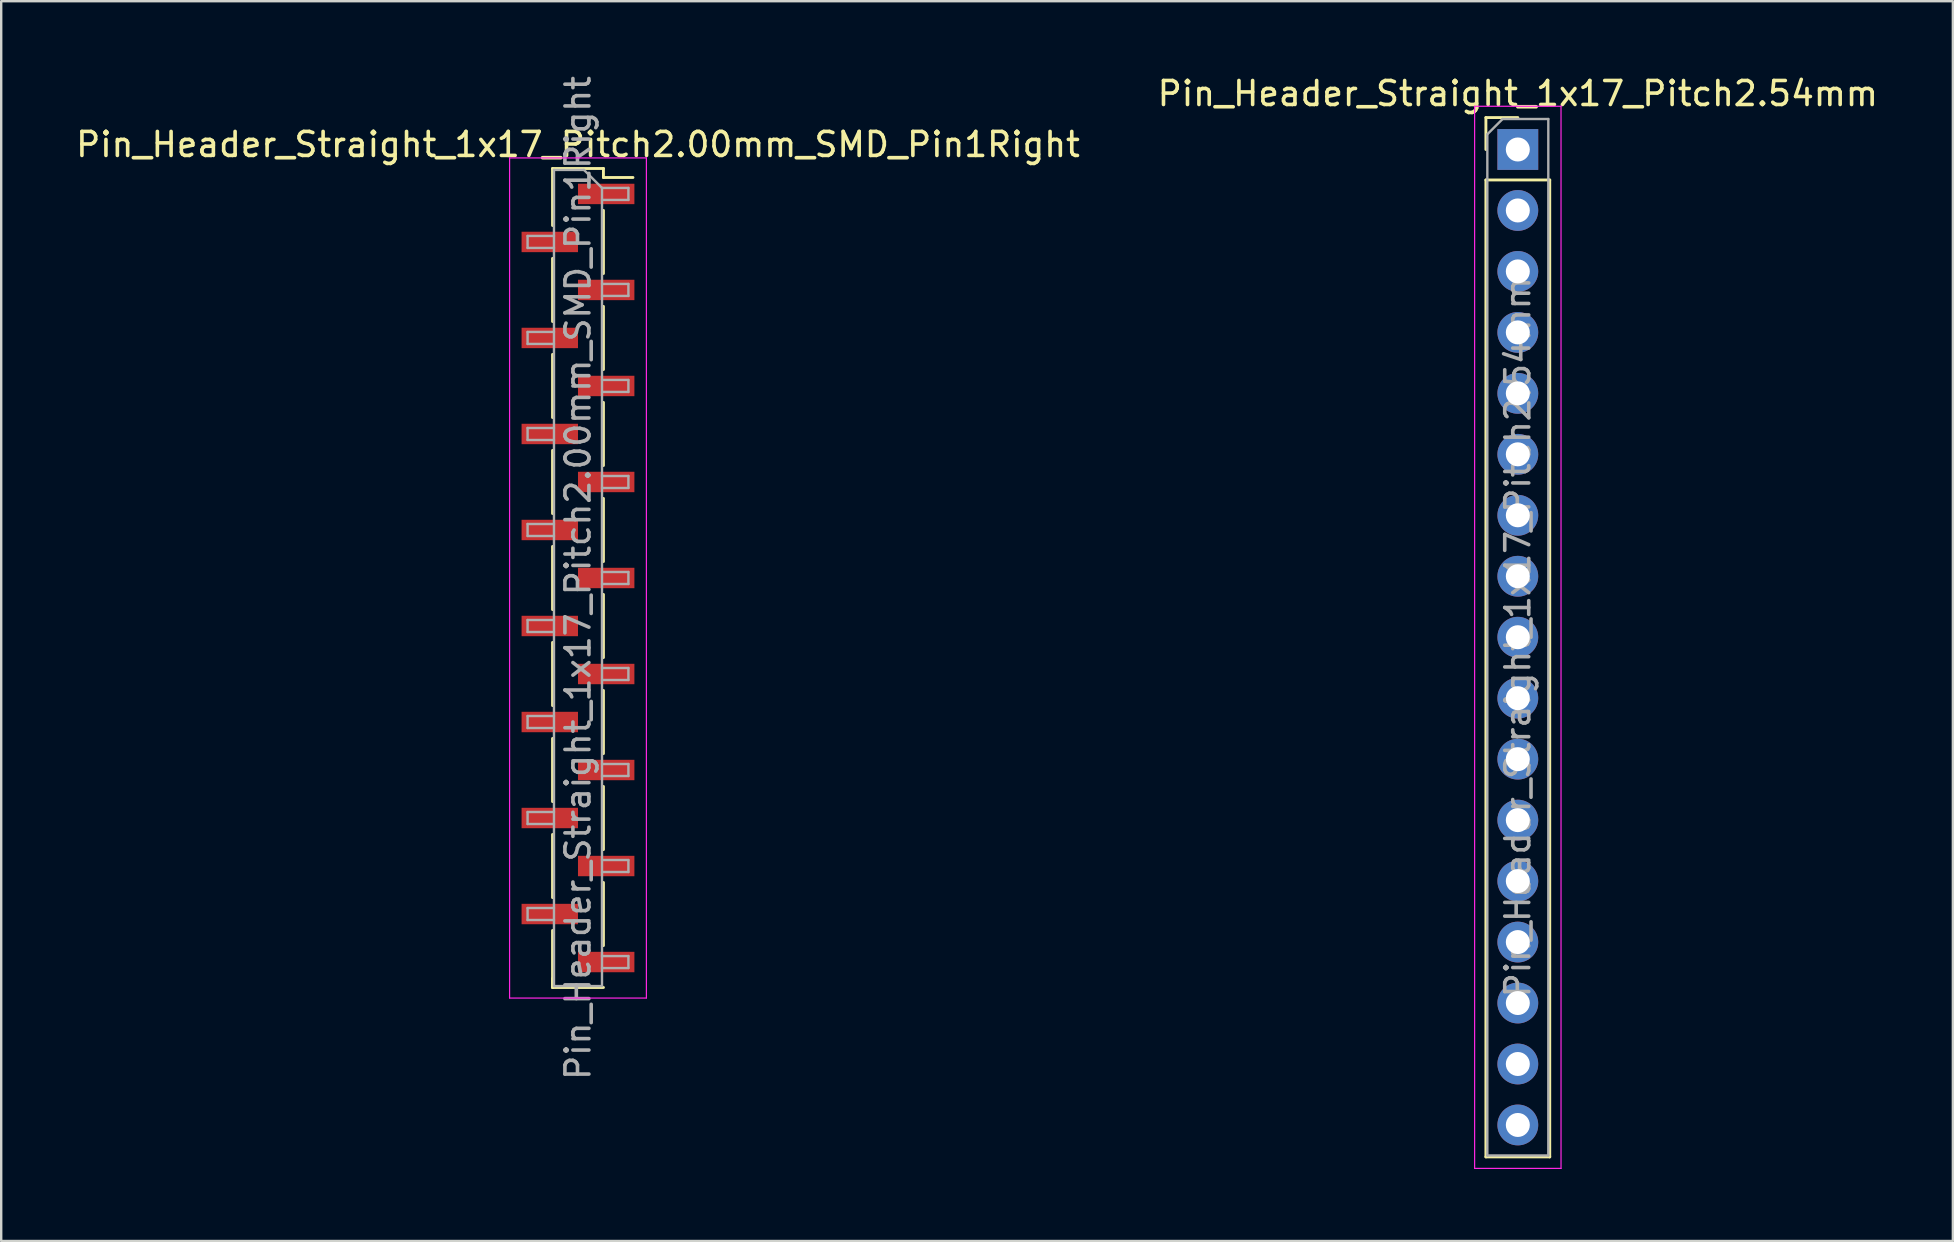
<source format=kicad_pcb>
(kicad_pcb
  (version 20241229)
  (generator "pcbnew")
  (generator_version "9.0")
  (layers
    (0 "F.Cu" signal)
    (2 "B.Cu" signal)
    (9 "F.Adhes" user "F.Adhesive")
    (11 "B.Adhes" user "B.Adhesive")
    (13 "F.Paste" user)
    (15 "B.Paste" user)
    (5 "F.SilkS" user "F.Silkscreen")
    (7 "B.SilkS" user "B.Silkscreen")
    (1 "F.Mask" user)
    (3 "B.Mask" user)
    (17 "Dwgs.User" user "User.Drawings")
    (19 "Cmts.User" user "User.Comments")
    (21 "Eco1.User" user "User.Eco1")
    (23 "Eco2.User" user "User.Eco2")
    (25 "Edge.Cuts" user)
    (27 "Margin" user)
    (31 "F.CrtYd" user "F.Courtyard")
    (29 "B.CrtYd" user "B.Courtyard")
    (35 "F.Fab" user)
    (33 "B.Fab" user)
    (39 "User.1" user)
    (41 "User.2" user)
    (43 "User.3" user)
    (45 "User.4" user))
  (footprint "Pin_Header_Straight_1x17_Pitch2.54mm"
    (layer "F.Cu")
    (at 60.185 3.178)
    (property "Reference" "Pin_Header_Straight_1x17_Pitch2.54mm" (at 0 -2.33 0) (layer "F.SilkS") (effects (font (size 1 1) (thickness 0.15))))
    (attr through_hole)
    (fp_line (start -1.33 -1.33) (end 0 -1.33) (stroke (width 0.12) (type solid)) (layer "F.SilkS"))
    (fp_line (start -1.33 0) (end -1.33 -1.33) (stroke (width 0.12) (type solid)) (layer "F.SilkS"))
    (fp_line (start -1.33 1.27) (end -1.33 41.97) (stroke (width 0.12) (type solid)) (layer "F.SilkS"))
    (fp_line (start -1.33 1.27) (end 1.33 1.27) (stroke (width 0.12) (type solid)) (layer "F.SilkS"))
    (fp_line (start -1.33 41.97) (end 1.33 41.97) (stroke (width 0.12) (type solid)) (layer "F.SilkS"))
    (fp_line (start 1.33 1.27) (end 1.33 41.97) (stroke (width 0.12) (type solid)) (layer "F.SilkS"))
    (fp_line (start -1.8 -1.8) (end -1.8 42.45) (stroke (width 0.05) (type solid)) (layer "F.CrtYd"))
    (fp_line (start -1.8 42.45) (end 1.8 42.45) (stroke (width 0.05) (type solid)) (layer "F.CrtYd"))
    (fp_line (start 1.8 -1.8) (end -1.8 -1.8) (stroke (width 0.05) (type solid)) (layer "F.CrtYd"))
    (fp_line (start 1.8 42.45) (end 1.8 -1.8) (stroke (width 0.05) (type solid)) (layer "F.CrtYd"))
    (fp_line (start -1.27 -0.635) (end -0.635 -1.27) (stroke (width 0.1) (type solid)) (layer "F.Fab"))
    (fp_line (start -1.27 41.91) (end -1.27 -0.635) (stroke (width 0.1) (type solid)) (layer "F.Fab"))
    (fp_line (start -0.635 -1.27) (end 1.27 -1.27) (stroke (width 0.1) (type solid)) (layer "F.Fab"))
    (fp_line (start 1.27 -1.27) (end 1.27 41.91) (stroke (width 0.1) (type solid)) (layer "F.Fab"))
    (fp_line (start 1.27 41.91) (end -1.27 41.91) (stroke (width 0.1) (type solid)) (layer "F.Fab"))
    (fp_text user "${REFERENCE}" (at 0 20.32 90) (layer "F.Fab") (effects (font (size 1 1) (thickness 0.15))))
    (pad "1" thru_hole rect (at 0 0) (size 1.7 1.7) (drill 1) (layers "*.Cu" "*.Mask"))
    (pad "2" thru_hole oval (at 0 2.54) (size 1.7 1.7) (drill 1) (layers "*.Cu" "*.Mask"))
    (pad "3" thru_hole oval (at 0 5.08) (size 1.7 1.7) (drill 1) (layers "*.Cu" "*.Mask"))
    (pad "4" thru_hole oval (at 0 7.62) (size 1.7 1.7) (drill 1) (layers "*.Cu" "*.Mask"))
    (pad "5" thru_hole oval (at 0 10.16) (size 1.7 1.7) (drill 1) (layers "*.Cu" "*.Mask"))
    (pad "6" thru_hole oval (at 0 12.7) (size 1.7 1.7) (drill 1) (layers "*.Cu" "*.Mask"))
    (pad "7" thru_hole oval (at 0 15.24) (size 1.7 1.7) (drill 1) (layers "*.Cu" "*.Mask"))
    (pad "8" thru_hole oval (at 0 17.78) (size 1.7 1.7) (drill 1) (layers "*.Cu" "*.Mask"))
    (pad "9" thru_hole oval (at 0 20.32) (size 1.7 1.7) (drill 1) (layers "*.Cu" "*.Mask"))
    (pad "10" thru_hole oval (at 0 22.86) (size 1.7 1.7) (drill 1) (layers "*.Cu" "*.Mask"))
    (pad "11" thru_hole oval (at 0 25.4) (size 1.7 1.7) (drill 1) (layers "*.Cu" "*.Mask"))
    (pad "12" thru_hole oval (at 0 27.94) (size 1.7 1.7) (drill 1) (layers "*.Cu" "*.Mask"))
    (pad "13" thru_hole oval (at 0 30.48) (size 1.7 1.7) (drill 1) (layers "*.Cu" "*.Mask"))
    (pad "14" thru_hole oval (at 0 33.02) (size 1.7 1.7) (drill 1) (layers "*.Cu" "*.Mask"))
    (pad "15" thru_hole oval (at 0 35.56) (size 1.7 1.7) (drill 1) (layers "*.Cu" "*.Mask"))
    (pad "16" thru_hole oval (at 0 38.1) (size 1.7 1.7) (drill 1) (layers "*.Cu" "*.Mask"))
    (pad "17" thru_hole oval (at 0 40.64) (size 1.7 1.7) (drill 1) (layers "*.Cu" "*.Mask")))
  (footprint "Pin_Header_Straight_1x17_Pitch2.00mm_SMD_Pin1Right"
    (layer "F.Cu")
    (at 21.03 21.03)
    (property "Reference" "Pin_Header_Straight_1x17_Pitch2.00mm_SMD_Pin1Right" (at 0 -18.06 0) (layer "F.SilkS") (effects (font (size 1 1) (thickness 0.15))))
    (attr smd)
    (fp_line (start -1.06 -17.06) (end -1.06 -14.685) (stroke (width 0.12) (type solid)) (layer "F.SilkS"))
    (fp_line (start -1.06 -17.06) (end 1.06 -17.06) (stroke (width 0.12) (type solid)) (layer "F.SilkS"))
    (fp_line (start -1.06 -13.315) (end -1.06 -10.685) (stroke (width 0.12) (type solid)) (layer "F.SilkS"))
    (fp_line (start -1.06 -9.315) (end -1.06 -6.685) (stroke (width 0.12) (type solid)) (layer "F.SilkS"))
    (fp_line (start -1.06 -5.315) (end -1.06 -2.685) (stroke (width 0.12) (type solid)) (layer "F.SilkS"))
    (fp_line (start -1.06 -1.315) (end -1.06 1.315) (stroke (width 0.12) (type solid)) (layer "F.SilkS"))
    (fp_line (start -1.06 2.685) (end -1.06 5.315) (stroke (width 0.12) (type solid)) (layer "F.SilkS"))
    (fp_line (start -1.06 6.685) (end -1.06 9.315) (stroke (width 0.12) (type solid)) (layer "F.SilkS"))
    (fp_line (start -1.06 10.685) (end -1.06 13.315) (stroke (width 0.12) (type solid)) (layer "F.SilkS"))
    (fp_line (start -1.06 14.685) (end -1.06 17.06) (stroke (width 0.12) (type solid)) (layer "F.SilkS"))
    (fp_line (start -1.06 16.685) (end -1.06 17.06) (stroke (width 0.12) (type solid)) (layer "F.SilkS"))
    (fp_line (start -1.06 17.06) (end 1.06 17.06) (stroke (width 0.12) (type solid)) (layer "F.SilkS"))
    (fp_line (start 1.06 -17.06) (end 1.06 -16.685) (stroke (width 0.12) (type solid)) (layer "F.SilkS"))
    (fp_line (start 1.06 -16.685) (end 2.29 -16.685) (stroke (width 0.12) (type solid)) (layer "F.SilkS"))
    (fp_line (start 1.06 -15.315) (end 1.06 -12.685) (stroke (width 0.12) (type solid)) (layer "F.SilkS"))
    (fp_line (start 1.06 -11.315) (end 1.06 -8.685) (stroke (width 0.12) (type solid)) (layer "F.SilkS"))
    (fp_line (start 1.06 -7.315) (end 1.06 -4.685) (stroke (width 0.12) (type solid)) (layer "F.SilkS"))
    (fp_line (start 1.06 -3.315) (end 1.06 -0.685) (stroke (width 0.12) (type solid)) (layer "F.SilkS"))
    (fp_line (start 1.06 0.685) (end 1.06 3.315) (stroke (width 0.12) (type solid)) (layer "F.SilkS"))
    (fp_line (start 1.06 4.685) (end 1.06 7.315) (stroke (width 0.12) (type solid)) (layer "F.SilkS"))
    (fp_line (start 1.06 8.685) (end 1.06 11.315) (stroke (width 0.12) (type solid)) (layer "F.SilkS"))
    (fp_line (start 1.06 12.685) (end 1.06 15.315) (stroke (width 0.12) (type solid)) (layer "F.SilkS"))
    (fp_line (start -2.85 -17.5) (end -2.85 17.5) (stroke (width 0.05) (type solid)) (layer "F.CrtYd"))
    (fp_line (start -2.85 17.5) (end 2.85 17.5) (stroke (width 0.05) (type solid)) (layer "F.CrtYd"))
    (fp_line (start 2.85 -17.5) (end -2.85 -17.5) (stroke (width 0.05) (type solid)) (layer "F.CrtYd"))
    (fp_line (start 2.85 17.5) (end 2.85 -17.5) (stroke (width 0.05) (type solid)) (layer "F.CrtYd"))
    (fp_line (start -2.1 -14.25) (end -2.1 -13.75) (stroke (width 0.1) (type solid)) (layer "F.Fab"))
    (fp_line (start -2.1 -13.75) (end -1 -13.75) (stroke (width 0.1) (type solid)) (layer "F.Fab"))
    (fp_line (start -2.1 -10.25) (end -2.1 -9.75) (stroke (width 0.1) (type solid)) (layer "F.Fab"))
    (fp_line (start -2.1 -9.75) (end -1 -9.75) (stroke (width 0.1) (type solid)) (layer "F.Fab"))
    (fp_line (start -2.1 -6.25) (end -2.1 -5.75) (stroke (width 0.1) (type solid)) (layer "F.Fab"))
    (fp_line (start -2.1 -5.75) (end -1 -5.75) (stroke (width 0.1) (type solid)) (layer "F.Fab"))
    (fp_line (start -2.1 -2.25) (end -2.1 -1.75) (stroke (width 0.1) (type solid)) (layer "F.Fab"))
    (fp_line (start -2.1 -1.75) (end -1 -1.75) (stroke (width 0.1) (type solid)) (layer "F.Fab"))
    (fp_line (start -2.1 1.75) (end -2.1 2.25) (stroke (width 0.1) (type solid)) (layer "F.Fab"))
    (fp_line (start -2.1 2.25) (end -1 2.25) (stroke (width 0.1) (type solid)) (layer "F.Fab"))
    (fp_line (start -2.1 5.75) (end -2.1 6.25) (stroke (width 0.1) (type solid)) (layer "F.Fab"))
    (fp_line (start -2.1 6.25) (end -1 6.25) (stroke (width 0.1) (type solid)) (layer "F.Fab"))
    (fp_line (start -2.1 9.75) (end -2.1 10.25) (stroke (width 0.1) (type solid)) (layer "F.Fab"))
    (fp_line (start -2.1 10.25) (end -1 10.25) (stroke (width 0.1) (type solid)) (layer "F.Fab"))
    (fp_line (start -2.1 13.75) (end -2.1 14.25) (stroke (width 0.1) (type solid)) (layer "F.Fab"))
    (fp_line (start -2.1 14.25) (end -1 14.25) (stroke (width 0.1) (type solid)) (layer "F.Fab"))
    (fp_line (start -1 -17) (end -1 17) (stroke (width 0.1) (type solid)) (layer "F.Fab"))
    (fp_line (start -1 -17) (end 0.25 -17) (stroke (width 0.1) (type solid)) (layer "F.Fab"))
    (fp_line (start -1 -14.25) (end -2.1 -14.25) (stroke (width 0.1) (type solid)) (layer "F.Fab"))
    (fp_line (start -1 -10.25) (end -2.1 -10.25) (stroke (width 0.1) (type solid)) (layer "F.Fab"))
    (fp_line (start -1 -6.25) (end -2.1 -6.25) (stroke (width 0.1) (type solid)) (layer "F.Fab"))
    (fp_line (start -1 -2.25) (end -2.1 -2.25) (stroke (width 0.1) (type solid)) (layer "F.Fab"))
    (fp_line (start -1 1.75) (end -2.1 1.75) (stroke (width 0.1) (type solid)) (layer "F.Fab"))
    (fp_line (start -1 5.75) (end -2.1 5.75) (stroke (width 0.1) (type solid)) (layer "F.Fab"))
    (fp_line (start -1 9.75) (end -2.1 9.75) (stroke (width 0.1) (type solid)) (layer "F.Fab"))
    (fp_line (start -1 13.75) (end -2.1 13.75) (stroke (width 0.1) (type solid)) (layer "F.Fab"))
    (fp_line (start 1 -16.25) (end 0.25 -17) (stroke (width 0.1) (type solid)) (layer "F.Fab"))
    (fp_line (start 1 -16.25) (end 2.1 -16.25) (stroke (width 0.1) (type solid)) (layer "F.Fab"))
    (fp_line (start 1 -12.25) (end 2.1 -12.25) (stroke (width 0.1) (type solid)) (layer "F.Fab"))
    (fp_line (start 1 -8.25) (end 2.1 -8.25) (stroke (width 0.1) (type solid)) (layer "F.Fab"))
    (fp_line (start 1 -4.25) (end 2.1 -4.25) (stroke (width 0.1) (type solid)) (layer "F.Fab"))
    (fp_line (start 1 -0.25) (end 2.1 -0.25) (stroke (width 0.1) (type solid)) (layer "F.Fab"))
    (fp_line (start 1 3.75) (end 2.1 3.75) (stroke (width 0.1) (type solid)) (layer "F.Fab"))
    (fp_line (start 1 7.75) (end 2.1 7.75) (stroke (width 0.1) (type solid)) (layer "F.Fab"))
    (fp_line (start 1 11.75) (end 2.1 11.75) (stroke (width 0.1) (type solid)) (layer "F.Fab"))
    (fp_line (start 1 15.75) (end 2.1 15.75) (stroke (width 0.1) (type solid)) (layer "F.Fab"))
    (fp_line (start 1 17) (end -1 17) (stroke (width 0.1) (type solid)) (layer "F.Fab"))
    (fp_line (start 1 17) (end 1 -16.25) (stroke (width 0.1) (type solid)) (layer "F.Fab"))
    (fp_line (start 2.1 -16.25) (end 2.1 -15.75) (stroke (width 0.1) (type solid)) (layer "F.Fab"))
    (fp_line (start 2.1 -15.75) (end 1 -15.75) (stroke (width 0.1) (type solid)) (layer "F.Fab"))
    (fp_line (start 2.1 -12.25) (end 2.1 -11.75) (stroke (width 0.1) (type solid)) (layer "F.Fab"))
    (fp_line (start 2.1 -11.75) (end 1 -11.75) (stroke (width 0.1) (type solid)) (layer "F.Fab"))
    (fp_line (start 2.1 -8.25) (end 2.1 -7.75) (stroke (width 0.1) (type solid)) (layer "F.Fab"))
    (fp_line (start 2.1 -7.75) (end 1 -7.75) (stroke (width 0.1) (type solid)) (layer "F.Fab"))
    (fp_line (start 2.1 -4.25) (end 2.1 -3.75) (stroke (width 0.1) (type solid)) (layer "F.Fab"))
    (fp_line (start 2.1 -3.75) (end 1 -3.75) (stroke (width 0.1) (type solid)) (layer "F.Fab"))
    (fp_line (start 2.1 -0.25) (end 2.1 0.25) (stroke (width 0.1) (type solid)) (layer "F.Fab"))
    (fp_line (start 2.1 0.25) (end 1 0.25) (stroke (width 0.1) (type solid)) (layer "F.Fab"))
    (fp_line (start 2.1 3.75) (end 2.1 4.25) (stroke (width 0.1) (type solid)) (layer "F.Fab"))
    (fp_line (start 2.1 4.25) (end 1 4.25) (stroke (width 0.1) (type solid)) (layer "F.Fab"))
    (fp_line (start 2.1 7.75) (end 2.1 8.25) (stroke (width 0.1) (type solid)) (layer "F.Fab"))
    (fp_line (start 2.1 8.25) (end 1 8.25) (stroke (width 0.1) (type solid)) (layer "F.Fab"))
    (fp_line (start 2.1 11.75) (end 2.1 12.25) (stroke (width 0.1) (type solid)) (layer "F.Fab"))
    (fp_line (start 2.1 12.25) (end 1 12.25) (stroke (width 0.1) (type solid)) (layer "F.Fab"))
    (fp_line (start 2.1 15.75) (end 2.1 16.25) (stroke (width 0.1) (type solid)) (layer "F.Fab"))
    (fp_line (start 2.1 16.25) (end 1 16.25) (stroke (width 0.1) (type solid)) (layer "F.Fab"))
    (fp_text user "${REFERENCE}" (at 0 0 90) (layer "F.Fab") (effects (font (size 1 1) (thickness 0.15))))
    (pad "1" smd rect (at 1.175 -16) (size 2.35 0.85) (layers "F.Cu" "F.Mask" "F.Paste"))
    (pad "2" smd rect (at -1.175 -14) (size 2.35 0.85) (layers "F.Cu" "F.Mask" "F.Paste"))
    (pad "3" smd rect (at 1.175 -12) (size 2.35 0.85) (layers "F.Cu" "F.Mask" "F.Paste"))
    (pad "4" smd rect (at -1.175 -10) (size 2.35 0.85) (layers "F.Cu" "F.Mask" "F.Paste"))
    (pad "5" smd rect (at 1.175 -8) (size 2.35 0.85) (layers "F.Cu" "F.Mask" "F.Paste"))
    (pad "6" smd rect (at -1.175 -6) (size 2.35 0.85) (layers "F.Cu" "F.Mask" "F.Paste"))
    (pad "7" smd rect (at 1.175 -4) (size 2.35 0.85) (layers "F.Cu" "F.Mask" "F.Paste"))
    (pad "8" smd rect (at -1.175 -2) (size 2.35 0.85) (layers "F.Cu" "F.Mask" "F.Paste"))
    (pad "9" smd rect (at 1.175 0) (size 2.35 0.85) (layers "F.Cu" "F.Mask" "F.Paste"))
    (pad "10" smd rect (at -1.175 2) (size 2.35 0.85) (layers "F.Cu" "F.Mask" "F.Paste"))
    (pad "11" smd rect (at 1.175 4) (size 2.35 0.85) (layers "F.Cu" "F.Mask" "F.Paste"))
    (pad "12" smd rect (at -1.175 6) (size 2.35 0.85) (layers "F.Cu" "F.Mask" "F.Paste"))
    (pad "13" smd rect (at 1.175 8) (size 2.35 0.85) (layers "F.Cu" "F.Mask" "F.Paste"))
    (pad "14" smd rect (at -1.175 10) (size 2.35 0.85) (layers "F.Cu" "F.Mask" "F.Paste"))
    (pad "15" smd rect (at 1.175 12) (size 2.35 0.85) (layers "F.Cu" "F.Mask" "F.Paste"))
    (pad "16" smd rect (at -1.175 14) (size 2.35 0.85) (layers "F.Cu" "F.Mask" "F.Paste"))
    (pad "17" smd rect (at 1.175 16) (size 2.35 0.85) (layers "F.Cu" "F.Mask" "F.Paste")))
  (gr_rect
    (start -3 -3)
    (end 78.31 48.653)
    (stroke (width 0.1) (type default))
    (fill no)
    (layer "Edge.Cuts")))
</source>
